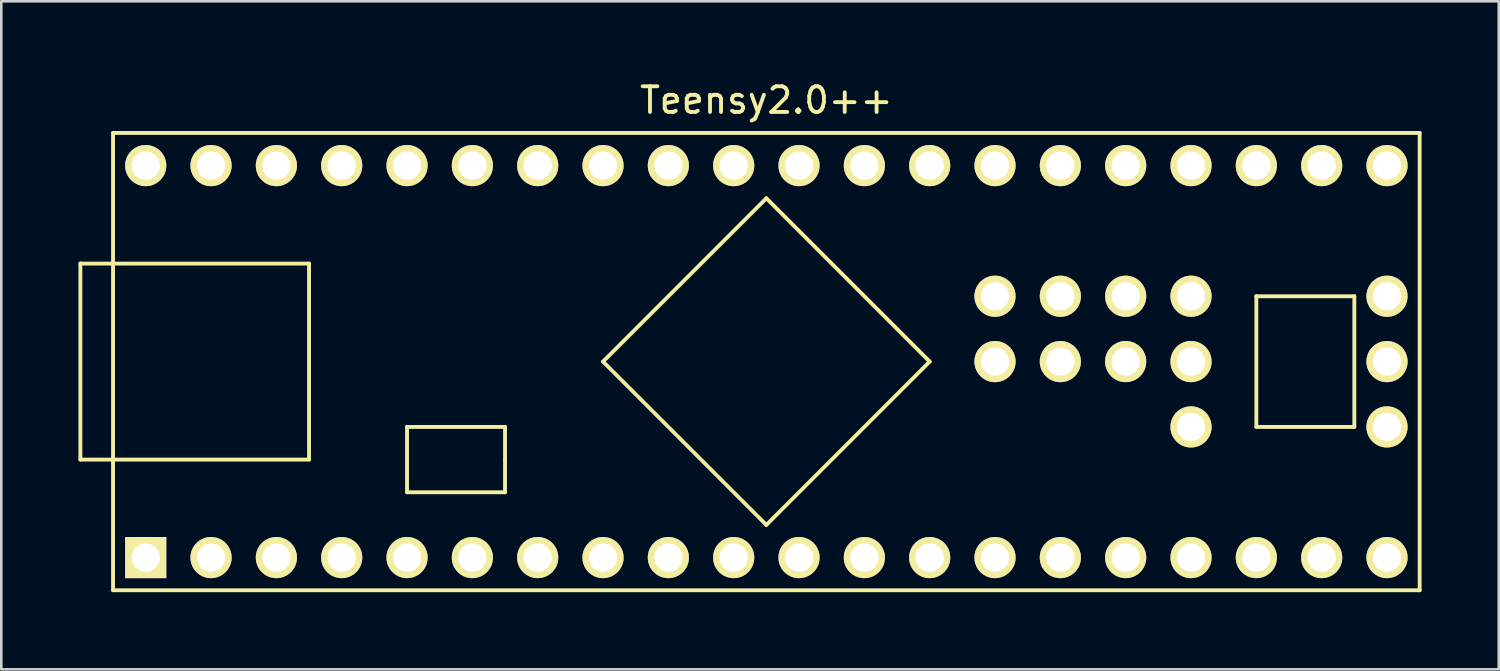
<source format=kicad_pcb>
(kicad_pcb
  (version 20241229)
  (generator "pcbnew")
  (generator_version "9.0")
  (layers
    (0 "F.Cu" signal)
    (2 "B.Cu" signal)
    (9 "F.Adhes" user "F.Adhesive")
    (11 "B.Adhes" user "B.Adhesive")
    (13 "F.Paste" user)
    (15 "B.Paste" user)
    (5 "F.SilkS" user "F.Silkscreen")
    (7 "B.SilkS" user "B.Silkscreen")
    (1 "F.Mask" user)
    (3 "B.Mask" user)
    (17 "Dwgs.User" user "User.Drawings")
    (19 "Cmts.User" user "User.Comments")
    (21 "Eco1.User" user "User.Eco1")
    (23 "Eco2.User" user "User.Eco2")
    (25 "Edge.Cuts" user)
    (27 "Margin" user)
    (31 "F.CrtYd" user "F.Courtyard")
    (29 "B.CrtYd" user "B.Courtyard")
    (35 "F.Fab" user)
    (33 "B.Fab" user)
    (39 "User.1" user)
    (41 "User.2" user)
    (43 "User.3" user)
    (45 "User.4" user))
  (footprint "Teensy2.0++"
    (layer "F.Cu")
    (at 26.745 11.008)
    (property "Reference" "Teensy2.0++" (at 0 -10.16 0) (layer "F.SilkS") (effects (font (size 1 1) (thickness 0.15))))
    (attr through_hole)
    (fp_line (start -26.67 -3.81) (end -26.67 3.81) (stroke (width 0.15) (type solid)) (layer "F.SilkS"))
    (fp_line (start -25.4 -8.89) (end 25.4 -8.89) (stroke (width 0.15) (type solid)) (layer "F.SilkS"))
    (fp_line (start -25.4 8.89) (end -25.4 -8.89) (stroke (width 0.15) (type solid)) (layer "F.SilkS"))
    (fp_line (start -17.78 -3.81) (end -26.67 -3.81) (stroke (width 0.15) (type solid)) (layer "F.SilkS"))
    (fp_line (start -17.78 3.81) (end -26.67 3.81) (stroke (width 0.15) (type solid)) (layer "F.SilkS"))
    (fp_line (start -17.78 3.81) (end -17.78 -3.81) (stroke (width 0.15) (type solid)) (layer "F.SilkS"))
    (fp_line (start -13.97 2.54) (end -13.97 5.08) (stroke (width 0.15) (type solid)) (layer "F.SilkS"))
    (fp_line (start -13.97 5.08) (end -10.16 5.08) (stroke (width 0.15) (type solid)) (layer "F.SilkS"))
    (fp_line (start -10.16 2.54) (end -13.97 2.54) (stroke (width 0.15) (type solid)) (layer "F.SilkS"))
    (fp_line (start -10.16 3.81) (end -10.16 2.54) (stroke (width 0.15) (type solid)) (layer "F.SilkS"))
    (fp_line (start -10.16 5.08) (end -10.16 3.81) (stroke (width 0.15) (type solid)) (layer "F.SilkS"))
    (fp_line (start -6.35 0) (end 0 -6.35) (stroke (width 0.15) (type solid)) (layer "F.SilkS"))
    (fp_line (start 0 -6.35) (end 6.35 0) (stroke (width 0.15) (type solid)) (layer "F.SilkS"))
    (fp_line (start 0 6.35) (end -6.35 0) (stroke (width 0.15) (type solid)) (layer "F.SilkS"))
    (fp_line (start 6.35 0) (end 0 6.35) (stroke (width 0.15) (type solid)) (layer "F.SilkS"))
    (fp_line (start 19.05 -2.54) (end 22.86 -2.54) (stroke (width 0.15) (type solid)) (layer "F.SilkS"))
    (fp_line (start 19.05 2.54) (end 19.05 -2.54) (stroke (width 0.15) (type solid)) (layer "F.SilkS"))
    (fp_line (start 22.86 -2.54) (end 22.86 2.54) (stroke (width 0.15) (type solid)) (layer "F.SilkS"))
    (fp_line (start 22.86 2.54) (end 19.05 2.54) (stroke (width 0.15) (type solid)) (layer "F.SilkS"))
    (fp_line (start 25.4 -8.89) (end 25.4 8.89) (stroke (width 0.15) (type solid)) (layer "F.SilkS"))
    (fp_line (start 25.4 8.89) (end -25.4 8.89) (stroke (width 0.15) (type solid)) (layer "F.SilkS"))
    (pad "1" thru_hole rect (at -24.13 7.62) (size 1.6 1.6) (drill 1.1) (layers "*.Cu" "*.Mask" "F.SilkS"))
    (pad "2" thru_hole circle (at -21.59 7.62) (size 1.6 1.6) (drill 1.1) (layers "*.Cu" "*.Mask" "F.SilkS"))
    (pad "3" thru_hole circle (at -19.05 7.62) (size 1.6 1.6) (drill 1.1) (layers "*.Cu" "*.Mask" "F.SilkS"))
    (pad "4" thru_hole circle (at -16.51 7.62) (size 1.6 1.6) (drill 1.1) (layers "*.Cu" "*.Mask" "F.SilkS"))
    (pad "5" thru_hole circle (at -13.97 7.62) (size 1.6 1.6) (drill 1.1) (layers "*.Cu" "*.Mask" "F.SilkS"))
    (pad "6" thru_hole circle (at -11.43 7.62) (size 1.6 1.6) (drill 1.1) (layers "*.Cu" "*.Mask" "F.SilkS"))
    (pad "7" thru_hole circle (at -8.89 7.62) (size 1.6 1.6) (drill 1.1) (layers "*.Cu" "*.Mask" "F.SilkS"))
    (pad "8" thru_hole circle (at -6.35 7.62) (size 1.6 1.6) (drill 1.1) (layers "*.Cu" "*.Mask" "F.SilkS"))
    (pad "9" thru_hole circle (at -3.81 7.62) (size 1.6 1.6) (drill 1.1) (layers "*.Cu" "*.Mask" "F.SilkS"))
    (pad "10" thru_hole circle (at -1.27 7.62) (size 1.6 1.6) (drill 1.1) (layers "*.Cu" "*.Mask" "F.SilkS"))
    (pad "11" thru_hole circle (at 1.27 7.62) (size 1.6 1.6) (drill 1.1) (layers "*.Cu" "*.Mask" "F.SilkS"))
    (pad "12" thru_hole circle (at 3.81 7.62) (size 1.6 1.6) (drill 1.1) (layers "*.Cu" "*.Mask" "F.SilkS"))
    (pad "14" thru_hole circle (at 8.89 7.62) (size 1.6 1.6) (drill 1.1) (layers "*.Cu" "*.Mask" "F.SilkS"))
    (pad "15" thru_hole circle (at 11.43 7.62) (size 1.6 1.6) (drill 1.1) (layers "*.Cu" "*.Mask" "F.SilkS"))
    (pad "16" thru_hole circle (at 13.97 7.62) (size 1.6 1.6) (drill 1.1) (layers "*.Cu" "*.Mask" "F.SilkS"))
    (pad "17" thru_hole circle (at 16.51 7.62) (size 1.6 1.6) (drill 1.1) (layers "*.Cu" "*.Mask" "F.SilkS"))
    (pad "18" thru_hole circle (at 19.05 7.62) (size 1.6 1.6) (drill 1.1) (layers "*.Cu" "*.Mask" "F.SilkS"))
    (pad "19" thru_hole circle (at 6.35 7.62) (size 1.6 1.6) (drill 1.1) (layers "*.Cu" "*.Mask" "F.SilkS"))
    (pad "19" thru_hole circle (at 21.59 7.62) (size 1.6 1.6) (drill 1.1) (layers "*.Cu" "*.Mask" "F.SilkS"))
    (pad "20" thru_hole circle (at 24.13 7.62) (size 1.6 1.6) (drill 1.1) (layers "*.Cu" "*.Mask" "F.SilkS"))
    (pad "21" thru_hole circle (at 24.13 2.54) (size 1.6 1.6) (drill 1.1) (layers "*.Cu" "*.Mask" "F.SilkS"))
    (pad "22" thru_hole circle (at 24.13 0) (size 1.6 1.6) (drill 1.1) (layers "*.Cu" "*.Mask" "F.SilkS"))
    (pad "23" thru_hole circle (at 24.13 -2.54) (size 1.6 1.6) (drill 1.1) (layers "*.Cu" "*.Mask" "F.SilkS"))
    (pad "24" thru_hole circle (at 24.13 -7.62) (size 1.6 1.6) (drill 1.1) (layers "*.Cu" "*.Mask" "F.SilkS"))
    (pad "25" thru_hole circle (at 21.59 -7.62) (size 1.6 1.6) (drill 1.1) (layers "*.Cu" "*.Mask" "F.SilkS"))
    (pad "26" thru_hole circle (at 19.05 -7.62) (size 1.6 1.6) (drill 1.1) (layers "*.Cu" "*.Mask" "F.SilkS"))
    (pad "27" thru_hole circle (at 16.51 -7.62) (size 1.6 1.6) (drill 1.1) (layers "*.Cu" "*.Mask" "F.SilkS"))
    (pad "28" thru_hole circle (at 13.97 -7.62) (size 1.6 1.6) (drill 1.1) (layers "*.Cu" "*.Mask" "F.SilkS"))
    (pad "29" thru_hole circle (at 11.43 -7.62) (size 1.6 1.6) (drill 1.1) (layers "*.Cu" "*.Mask" "F.SilkS"))
    (pad "30" thru_hole circle (at 8.89 -7.62) (size 1.6 1.6) (drill 1.1) (layers "*.Cu" "*.Mask" "F.SilkS"))
    (pad "31" thru_hole circle (at 6.35 -7.62) (size 1.6 1.6) (drill 1.1) (layers "*.Cu" "*.Mask" "F.SilkS"))
    (pad "32" thru_hole circle (at 3.81 -7.62) (size 1.6 1.6) (drill 1.1) (layers "*.Cu" "*.Mask" "F.SilkS"))
    (pad "33" thru_hole circle (at 1.27 -7.62) (size 1.6 1.6) (drill 1.1) (layers "*.Cu" "*.Mask" "F.SilkS"))
    (pad "34" thru_hole circle (at -1.27 -7.62) (size 1.6 1.6) (drill 1.1) (layers "*.Cu" "*.Mask" "F.SilkS"))
    (pad "35" thru_hole circle (at -3.81 -7.62) (size 1.6 1.6) (drill 1.1) (layers "*.Cu" "*.Mask" "F.SilkS"))
    (pad "36" thru_hole circle (at -6.35 -7.62) (size 1.6 1.6) (drill 1.1) (layers "*.Cu" "*.Mask" "F.SilkS"))
    (pad "37" thru_hole circle (at -8.89 -7.62) (size 1.6 1.6) (drill 1.1) (layers "*.Cu" "*.Mask" "F.SilkS"))
    (pad "38" thru_hole circle (at -11.43 -7.62) (size 1.6 1.6) (drill 1.1) (layers "*.Cu" "*.Mask" "F.SilkS"))
    (pad "39" thru_hole circle (at -13.97 -7.62) (size 1.6 1.6) (drill 1.1) (layers "*.Cu" "*.Mask" "F.SilkS"))
    (pad "40" thru_hole circle (at -16.51 -7.62) (size 1.6 1.6) (drill 1.1) (layers "*.Cu" "*.Mask" "F.SilkS"))
    (pad "41" thru_hole circle (at -19.05 -7.62) (size 1.6 1.6) (drill 1.1) (layers "*.Cu" "*.Mask" "F.SilkS"))
    (pad "42" thru_hole circle (at -21.59 -7.62) (size 1.6 1.6) (drill 1.1) (layers "*.Cu" "*.Mask" "F.SilkS"))
    (pad "43" thru_hole circle (at -24.13 -7.62) (size 1.6 1.6) (drill 1.1) (layers "*.Cu" "*.Mask" "F.SilkS"))
    (pad "44" thru_hole circle (at 8.89 -2.54) (size 1.6 1.6) (drill 1.1) (layers "*.Cu" "*.Mask" "F.SilkS"))
    (pad "45" thru_hole circle (at 11.43 -2.54) (size 1.6 1.6) (drill 1.1) (layers "*.Cu" "*.Mask" "F.SilkS"))
    (pad "46" thru_hole circle (at 13.97 -2.54) (size 1.6 1.6) (drill 1.1) (layers "*.Cu" "*.Mask" "F.SilkS"))
    (pad "47" thru_hole circle (at 16.51 -2.54) (size 1.6 1.6) (drill 1.1) (layers "*.Cu" "*.Mask" "F.SilkS"))
    (pad "48" thru_hole circle (at 8.89 0) (size 1.6 1.6) (drill 1.1) (layers "*.Cu" "*.Mask" "F.SilkS"))
    (pad "49" thru_hole circle (at 11.43 0) (size 1.6 1.6) (drill 1.1) (layers "*.Cu" "*.Mask" "F.SilkS"))
    (pad "50" thru_hole circle (at 13.97 0) (size 1.6 1.6) (drill 1.1) (layers "*.Cu" "*.Mask" "F.SilkS"))
    (pad "51" thru_hole circle (at 16.51 0) (size 1.6 1.6) (drill 1.1) (layers "*.Cu" "*.Mask" "F.SilkS"))
    (pad "52" thru_hole circle (at 16.51 2.54) (size 1.6 1.6) (drill 1.1) (layers "*.Cu" "*.Mask" "F.SilkS")))
  (gr_rect
    (start -3 -3)
    (end 55.22 22.973)
    (stroke (width 0.1) (type default))
    (fill no)
    (layer "Edge.Cuts")))
</source>
